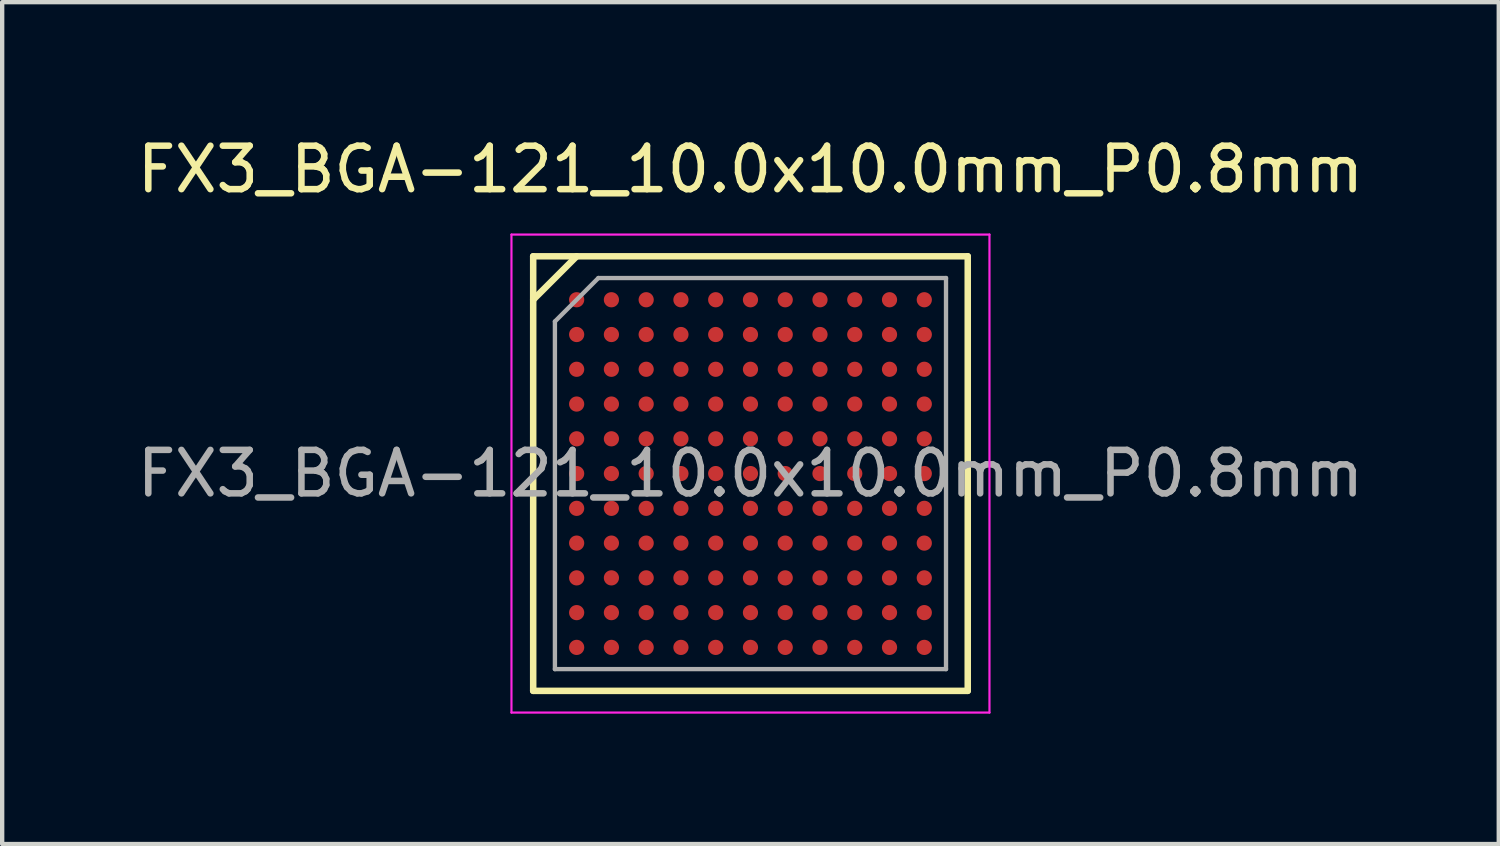
<source format=kicad_pcb>
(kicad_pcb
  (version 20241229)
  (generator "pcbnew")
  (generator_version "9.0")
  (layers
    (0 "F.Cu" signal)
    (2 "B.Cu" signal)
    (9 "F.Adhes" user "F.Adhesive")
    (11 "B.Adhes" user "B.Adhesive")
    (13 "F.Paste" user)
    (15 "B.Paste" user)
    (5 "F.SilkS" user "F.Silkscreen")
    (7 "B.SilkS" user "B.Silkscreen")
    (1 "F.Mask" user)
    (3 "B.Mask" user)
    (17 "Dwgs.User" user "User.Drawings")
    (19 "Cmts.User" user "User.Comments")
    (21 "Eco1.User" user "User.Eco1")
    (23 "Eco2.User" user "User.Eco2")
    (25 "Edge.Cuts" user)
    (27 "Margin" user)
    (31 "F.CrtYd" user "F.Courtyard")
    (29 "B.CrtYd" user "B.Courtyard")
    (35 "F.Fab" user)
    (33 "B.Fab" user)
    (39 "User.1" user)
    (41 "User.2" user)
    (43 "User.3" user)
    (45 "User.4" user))
  (footprint "FX3_BGA-121_10.0x10.0mm_P0.8mm"
    (layer "F.Cu")
    (at 14.22 7.848)
    (property "Reference" "FX3_BGA-121_10.0x10.0mm_P0.8mm" (at 0 -7 0) (layer "F.SilkS") (effects (font (size 1 1) (thickness 0.15))))
    (attr smd)
    (fp_line (start -5 -5) (end 5 -5) (stroke (width 0.15) (type solid)) (layer "F.SilkS"))
    (fp_line (start -5 -4) (end -4 -5) (stroke (width 0.15) (type solid)) (layer "F.SilkS"))
    (fp_line (start -5 5) (end -5 -5) (stroke (width 0.15) (type solid)) (layer "F.SilkS"))
    (fp_line (start 5 -5) (end 5 5) (stroke (width 0.15) (type solid)) (layer "F.SilkS"))
    (fp_line (start 5 5) (end -5 5) (stroke (width 0.15) (type solid)) (layer "F.SilkS"))
    (fp_line (start -5.5 -5.5) (end -5.5 5.5) (stroke (width 0.05) (type solid)) (layer "F.CrtYd"))
    (fp_line (start -5.5 -5.5) (end 5.5 -5.5) (stroke (width 0.05) (type solid)) (layer "F.CrtYd"))
    (fp_line (start 5.5 -5.5) (end 5.5 5.5) (stroke (width 0.05) (type solid)) (layer "F.CrtYd"))
    (fp_line (start 5.5 5.5) (end -5.5 5.5) (stroke (width 0.05) (type solid)) (layer "F.CrtYd"))
    (fp_line (start -4.5 -3.5) (end -4.5 4.5) (stroke (width 0.1) (type solid)) (layer "F.Fab"))
    (fp_line (start -4.5 4.5) (end 4.5 4.5) (stroke (width 0.1) (type solid)) (layer "F.Fab"))
    (fp_line (start -3.5 -4.5) (end -4.5 -3.5) (stroke (width 0.1) (type solid)) (layer "F.Fab"))
    (fp_line (start -3.5 -4.5) (end 4.5 -4.5) (stroke (width 0.1) (type solid)) (layer "F.Fab"))
    (fp_line (start 4.5 4.5) (end 4.5 -4.5) (stroke (width 0.1) (type solid)) (layer "F.Fab"))
    (fp_text user "${REFERENCE}" (at 0 0 0) (layer "F.Fab") (effects (font (size 1 1) (thickness 0.15))))
    (pad "A1" smd circle (at -4 -4) (size 0.35 0.35) (layers "F.Cu" "F.Mask" "F.Paste"))
    (pad "A2" smd circle (at -3.2 -4) (size 0.35 0.35) (layers "F.Cu" "F.Mask" "F.Paste"))
    (pad "A3" smd circle (at -2.4 -4) (size 0.35 0.35) (layers "F.Cu" "F.Mask" "F.Paste"))
    (pad "A4" smd circle (at -1.6 -4) (size 0.35 0.35) (layers "F.Cu" "F.Mask" "F.Paste"))
    (pad "A5" smd circle (at -0.8 -4) (size 0.35 0.35) (layers "F.Cu" "F.Mask" "F.Paste"))
    (pad "A6" smd circle (at 0 -4) (size 0.35 0.35) (layers "F.Cu" "F.Mask" "F.Paste"))
    (pad "A7" smd circle (at 0.8 -4) (size 0.35 0.35) (layers "F.Cu" "F.Mask" "F.Paste"))
    (pad "A8" smd circle (at 1.6 -4) (size 0.35 0.35) (layers "F.Cu" "F.Mask" "F.Paste"))
    (pad "A9" smd circle (at 2.4 -4) (size 0.35 0.35) (layers "F.Cu" "F.Mask" "F.Paste"))
    (pad "A10" smd circle (at 3.2 -4) (size 0.35 0.35) (layers "F.Cu" "F.Mask" "F.Paste"))
    (pad "A11" smd circle (at 4 -4) (size 0.35 0.35) (layers "F.Cu" "F.Mask" "F.Paste"))
    (pad "B1" smd circle (at -4 -3.2) (size 0.35 0.35) (layers "F.Cu" "F.Mask" "F.Paste"))
    (pad "B2" smd circle (at -3.2 -3.2) (size 0.35 0.35) (layers "F.Cu" "F.Mask" "F.Paste"))
    (pad "B3" smd circle (at -2.4 -3.2) (size 0.35 0.35) (layers "F.Cu" "F.Mask" "F.Paste"))
    (pad "B4" smd circle (at -1.6 -3.2) (size 0.35 0.35) (layers "F.Cu" "F.Mask" "F.Paste"))
    (pad "B5" smd circle (at -0.8 -3.2) (size 0.35 0.35) (layers "F.Cu" "F.Mask" "F.Paste"))
    (pad "B6" smd circle (at 0 -3.2) (size 0.35 0.35) (layers "F.Cu" "F.Mask" "F.Paste"))
    (pad "B7" smd circle (at 0.8 -3.2) (size 0.35 0.35) (layers "F.Cu" "F.Mask" "F.Paste"))
    (pad "B8" smd circle (at 1.6 -3.2) (size 0.35 0.35) (layers "F.Cu" "F.Mask" "F.Paste"))
    (pad "B9" smd circle (at 2.4 -3.2) (size 0.35 0.35) (layers "F.Cu" "F.Mask" "F.Paste"))
    (pad "B10" smd circle (at 3.2 -3.2) (size 0.35 0.35) (layers "F.Cu" "F.Mask" "F.Paste"))
    (pad "B11" smd circle (at 4 -3.2) (size 0.35 0.35) (layers "F.Cu" "F.Mask" "F.Paste"))
    (pad "C1" smd circle (at -4 -2.4) (size 0.35 0.35) (layers "F.Cu" "F.Mask" "F.Paste"))
    (pad "C2" smd circle (at -3.2 -2.4) (size 0.35 0.35) (layers "F.Cu" "F.Mask" "F.Paste"))
    (pad "C3" smd circle (at -2.4 -2.4) (size 0.35 0.35) (layers "F.Cu" "F.Mask" "F.Paste"))
    (pad "C4" smd circle (at -1.6 -2.4) (size 0.35 0.35) (layers "F.Cu" "F.Mask" "F.Paste"))
    (pad "C5" smd circle (at -0.8 -2.4) (size 0.35 0.35) (layers "F.Cu" "F.Mask" "F.Paste"))
    (pad "C6" smd circle (at 0 -2.4) (size 0.35 0.35) (layers "F.Cu" "F.Mask" "F.Paste"))
    (pad "C7" smd circle (at 0.8 -2.4) (size 0.35 0.35) (layers "F.Cu" "F.Mask" "F.Paste"))
    (pad "C8" smd circle (at 1.6 -2.4) (size 0.35 0.35) (layers "F.Cu" "F.Mask" "F.Paste"))
    (pad "C9" smd circle (at 2.4 -2.4) (size 0.35 0.35) (layers "F.Cu" "F.Mask" "F.Paste"))
    (pad "C10" smd circle (at 3.2 -2.4) (size 0.35 0.35) (layers "F.Cu" "F.Mask" "F.Paste"))
    (pad "C11" smd circle (at 4 -2.4) (size 0.35 0.35) (layers "F.Cu" "F.Mask" "F.Paste"))
    (pad "D1" smd circle (at -4 -1.6) (size 0.35 0.35) (layers "F.Cu" "F.Mask" "F.Paste"))
    (pad "D2" smd circle (at -3.2 -1.6) (size 0.35 0.35) (layers "F.Cu" "F.Mask" "F.Paste"))
    (pad "D3" smd circle (at -2.4 -1.6) (size 0.35 0.35) (layers "F.Cu" "F.Mask" "F.Paste"))
    (pad "D4" smd circle (at -1.6 -1.6) (size 0.35 0.35) (layers "F.Cu" "F.Mask" "F.Paste"))
    (pad "D5" smd circle (at -0.8 -1.6) (size 0.35 0.35) (layers "F.Cu" "F.Mask" "F.Paste"))
    (pad "D6" smd circle (at 0 -1.6) (size 0.35 0.35) (layers "F.Cu" "F.Mask" "F.Paste"))
    (pad "D7" smd circle (at 0.8 -1.6) (size 0.35 0.35) (layers "F.Cu" "F.Mask" "F.Paste"))
    (pad "D8" smd circle (at 1.6 -1.6) (size 0.35 0.35) (layers "F.Cu" "F.Mask" "F.Paste"))
    (pad "D9" smd circle (at 2.4 -1.6) (size 0.35 0.35) (layers "F.Cu" "F.Mask" "F.Paste"))
    (pad "D10" smd circle (at 3.2 -1.6) (size 0.35 0.35) (layers "F.Cu" "F.Mask" "F.Paste"))
    (pad "D11" smd circle (at 4 -1.6) (size 0.35 0.35) (layers "F.Cu" "F.Mask" "F.Paste"))
    (pad "E1" smd circle (at -4 -0.8) (size 0.35 0.35) (layers "F.Cu" "F.Mask" "F.Paste"))
    (pad "E2" smd circle (at -3.2 -0.8) (size 0.35 0.35) (layers "F.Cu" "F.Mask" "F.Paste"))
    (pad "E3" smd circle (at -2.4 -0.8) (size 0.35 0.35) (layers "F.Cu" "F.Mask" "F.Paste"))
    (pad "E4" smd circle (at -1.6 -0.8) (size 0.35 0.35) (layers "F.Cu" "F.Mask" "F.Paste"))
    (pad "E5" smd circle (at -0.8 -0.8) (size 0.35 0.35) (layers "F.Cu" "F.Mask" "F.Paste"))
    (pad "E6" smd circle (at 0 -0.8) (size 0.35 0.35) (layers "F.Cu" "F.Mask" "F.Paste"))
    (pad "E7" smd circle (at 0.8 -0.8) (size 0.35 0.35) (layers "F.Cu" "F.Mask" "F.Paste"))
    (pad "E8" smd circle (at 1.6 -0.8) (size 0.35 0.35) (layers "F.Cu" "F.Mask" "F.Paste"))
    (pad "E9" smd circle (at 2.4 -0.8) (size 0.35 0.35) (layers "F.Cu" "F.Mask" "F.Paste"))
    (pad "E10" smd circle (at 3.2 -0.8) (size 0.35 0.35) (layers "F.Cu" "F.Mask" "F.Paste"))
    (pad "E11" smd circle (at 4 -0.8) (size 0.35 0.35) (layers "F.Cu" "F.Mask" "F.Paste"))
    (pad "F1" smd circle (at -4 0) (size 0.35 0.35) (layers "F.Cu" "F.Mask" "F.Paste"))
    (pad "F2" smd circle (at -3.2 0) (size 0.35 0.35) (layers "F.Cu" "F.Mask" "F.Paste"))
    (pad "F3" smd circle (at -2.4 0) (size 0.35 0.35) (layers "F.Cu" "F.Mask" "F.Paste"))
    (pad "F4" smd circle (at -1.6 0) (size 0.35 0.35) (layers "F.Cu" "F.Mask" "F.Paste"))
    (pad "F5" smd circle (at -0.8 0) (size 0.35 0.35) (layers "F.Cu" "F.Mask" "F.Paste"))
    (pad "F6" smd circle (at 0 0) (size 0.35 0.35) (layers "F.Cu" "F.Mask" "F.Paste"))
    (pad "F7" smd circle (at 0.8 0) (size 0.35 0.35) (layers "F.Cu" "F.Mask" "F.Paste"))
    (pad "F8" smd circle (at 1.6 0) (size 0.35 0.35) (layers "F.Cu" "F.Mask" "F.Paste"))
    (pad "F9" smd circle (at 2.4 0) (size 0.35 0.35) (layers "F.Cu" "F.Mask" "F.Paste"))
    (pad "F10" smd circle (at 3.2 0) (size 0.35 0.35) (layers "F.Cu" "F.Mask" "F.Paste"))
    (pad "F11" smd circle (at 4 0) (size 0.35 0.35) (layers "F.Cu" "F.Mask" "F.Paste"))
    (pad "G1" smd circle (at -4 0.8) (size 0.35 0.35) (layers "F.Cu" "F.Mask" "F.Paste"))
    (pad "G2" smd circle (at -3.2 0.8) (size 0.35 0.35) (layers "F.Cu" "F.Mask" "F.Paste"))
    (pad "G3" smd circle (at -2.4 0.8) (size 0.35 0.35) (layers "F.Cu" "F.Mask" "F.Paste"))
    (pad "G4" smd circle (at -1.6 0.8) (size 0.35 0.35) (layers "F.Cu" "F.Mask" "F.Paste"))
    (pad "G5" smd circle (at -0.8 0.8) (size 0.35 0.35) (layers "F.Cu" "F.Mask" "F.Paste"))
    (pad "G6" smd circle (at 0 0.8) (size 0.35 0.35) (layers "F.Cu" "F.Mask" "F.Paste"))
    (pad "G7" smd circle (at 0.8 0.8) (size 0.35 0.35) (layers "F.Cu" "F.Mask" "F.Paste"))
    (pad "G8" smd circle (at 1.6 0.8) (size 0.35 0.35) (layers "F.Cu" "F.Mask" "F.Paste"))
    (pad "G9" smd circle (at 2.4 0.8) (size 0.35 0.35) (layers "F.Cu" "F.Mask" "F.Paste"))
    (pad "G10" smd circle (at 3.2 0.8) (size 0.35 0.35) (layers "F.Cu" "F.Mask" "F.Paste"))
    (pad "G11" smd circle (at 4 0.8) (size 0.35 0.35) (layers "F.Cu" "F.Mask" "F.Paste"))
    (pad "H1" smd circle (at -4 1.6) (size 0.35 0.35) (layers "F.Cu" "F.Mask" "F.Paste"))
    (pad "H2" smd circle (at -3.2 1.6) (size 0.35 0.35) (layers "F.Cu" "F.Mask" "F.Paste"))
    (pad "H3" smd circle (at -2.4 1.6) (size 0.35 0.35) (layers "F.Cu" "F.Mask" "F.Paste"))
    (pad "H4" smd circle (at -1.6 1.6) (size 0.35 0.35) (layers "F.Cu" "F.Mask" "F.Paste"))
    (pad "H5" smd circle (at -0.8 1.6) (size 0.35 0.35) (layers "F.Cu" "F.Mask" "F.Paste"))
    (pad "H6" smd circle (at 0 1.6) (size 0.35 0.35) (layers "F.Cu" "F.Mask" "F.Paste"))
    (pad "H7" smd circle (at 0.8 1.6) (size 0.35 0.35) (layers "F.Cu" "F.Mask" "F.Paste"))
    (pad "H8" smd circle (at 1.6 1.6) (size 0.35 0.35) (layers "F.Cu" "F.Mask" "F.Paste"))
    (pad "H9" smd circle (at 2.4 1.6) (size 0.35 0.35) (layers "F.Cu" "F.Mask" "F.Paste"))
    (pad "H10" smd circle (at 3.2 1.6) (size 0.35 0.35) (layers "F.Cu" "F.Mask" "F.Paste"))
    (pad "H11" smd circle (at 4 1.6) (size 0.35 0.35) (layers "F.Cu" "F.Mask" "F.Paste"))
    (pad "J1" smd circle (at -4 2.4) (size 0.35 0.35) (layers "F.Cu" "F.Mask" "F.Paste"))
    (pad "J2" smd circle (at -3.2 2.4) (size 0.35 0.35) (layers "F.Cu" "F.Mask" "F.Paste"))
    (pad "J3" smd circle (at -2.4 2.4) (size 0.35 0.35) (layers "F.Cu" "F.Mask" "F.Paste"))
    (pad "J4" smd circle (at -1.6 2.4) (size 0.35 0.35) (layers "F.Cu" "F.Mask" "F.Paste"))
    (pad "J5" smd circle (at -0.8 2.4) (size 0.35 0.35) (layers "F.Cu" "F.Mask" "F.Paste"))
    (pad "J6" smd circle (at 0 2.4) (size 0.35 0.35) (layers "F.Cu" "F.Mask" "F.Paste"))
    (pad "J7" smd circle (at 0.8 2.4) (size 0.35 0.35) (layers "F.Cu" "F.Mask" "F.Paste"))
    (pad "J8" smd circle (at 1.6 2.4) (size 0.35 0.35) (layers "F.Cu" "F.Mask" "F.Paste"))
    (pad "J9" smd circle (at 2.4 2.4) (size 0.35 0.35) (layers "F.Cu" "F.Mask" "F.Paste"))
    (pad "J10" smd circle (at 3.2 2.4) (size 0.35 0.35) (layers "F.Cu" "F.Mask" "F.Paste"))
    (pad "J11" smd circle (at 4 2.4) (size 0.35 0.35) (layers "F.Cu" "F.Mask" "F.Paste"))
    (pad "K1" smd circle (at -4 3.2) (size 0.35 0.35) (layers "F.Cu" "F.Mask" "F.Paste"))
    (pad "K2" smd circle (at -3.2 3.2) (size 0.35 0.35) (layers "F.Cu" "F.Mask" "F.Paste"))
    (pad "K3" smd circle (at -2.4 3.2) (size 0.35 0.35) (layers "F.Cu" "F.Mask" "F.Paste"))
    (pad "K4" smd circle (at -1.6 3.2) (size 0.35 0.35) (layers "F.Cu" "F.Mask" "F.Paste"))
    (pad "K5" smd circle (at -0.8 3.2) (size 0.35 0.35) (layers "F.Cu" "F.Mask" "F.Paste"))
    (pad "K6" smd circle (at 0 3.2) (size 0.35 0.35) (layers "F.Cu" "F.Mask" "F.Paste"))
    (pad "K7" smd circle (at 0.8 3.2) (size 0.35 0.35) (layers "F.Cu" "F.Mask" "F.Paste"))
    (pad "K8" smd circle (at 1.6 3.2) (size 0.35 0.35) (layers "F.Cu" "F.Mask" "F.Paste"))
    (pad "K9" smd circle (at 2.4 3.2) (size 0.35 0.35) (layers "F.Cu" "F.Mask" "F.Paste"))
    (pad "K10" smd circle (at 3.2 3.2) (size 0.35 0.35) (layers "F.Cu" "F.Mask" "F.Paste"))
    (pad "K11" smd circle (at 4 3.2) (size 0.35 0.35) (layers "F.Cu" "F.Mask" "F.Paste"))
    (pad "L1" smd circle (at -4 4) (size 0.35 0.35) (layers "F.Cu" "F.Mask" "F.Paste"))
    (pad "L2" smd circle (at -3.2 4) (size 0.35 0.35) (layers "F.Cu" "F.Mask" "F.Paste"))
    (pad "L3" smd circle (at -2.4 4) (size 0.35 0.35) (layers "F.Cu" "F.Mask" "F.Paste"))
    (pad "L4" smd circle (at -1.6 4) (size 0.35 0.35) (layers "F.Cu" "F.Mask" "F.Paste"))
    (pad "L5" smd circle (at -0.8 4) (size 0.35 0.35) (layers "F.Cu" "F.Mask" "F.Paste"))
    (pad "L6" smd circle (at 0 4) (size 0.35 0.35) (layers "F.Cu" "F.Mask" "F.Paste"))
    (pad "L7" smd circle (at 0.8 4) (size 0.35 0.35) (layers "F.Cu" "F.Mask" "F.Paste"))
    (pad "L8" smd circle (at 1.6 4) (size 0.35 0.35) (layers "F.Cu" "F.Mask" "F.Paste"))
    (pad "L9" smd circle (at 2.4 4) (size 0.35 0.35) (layers "F.Cu" "F.Mask" "F.Paste"))
    (pad "L10" smd circle (at 3.2 4) (size 0.35 0.35) (layers "F.Cu" "F.Mask" "F.Paste"))
    (pad "L11" smd circle (at 4 4) (size 0.35 0.35) (layers "F.Cu" "F.Mask" "F.Paste")))
  (gr_rect
    (start -3 -3)
    (end 31.44 16.373)
    (stroke (width 0.1) (type default))
    (fill no)
    (layer "Edge.Cuts")))
</source>
